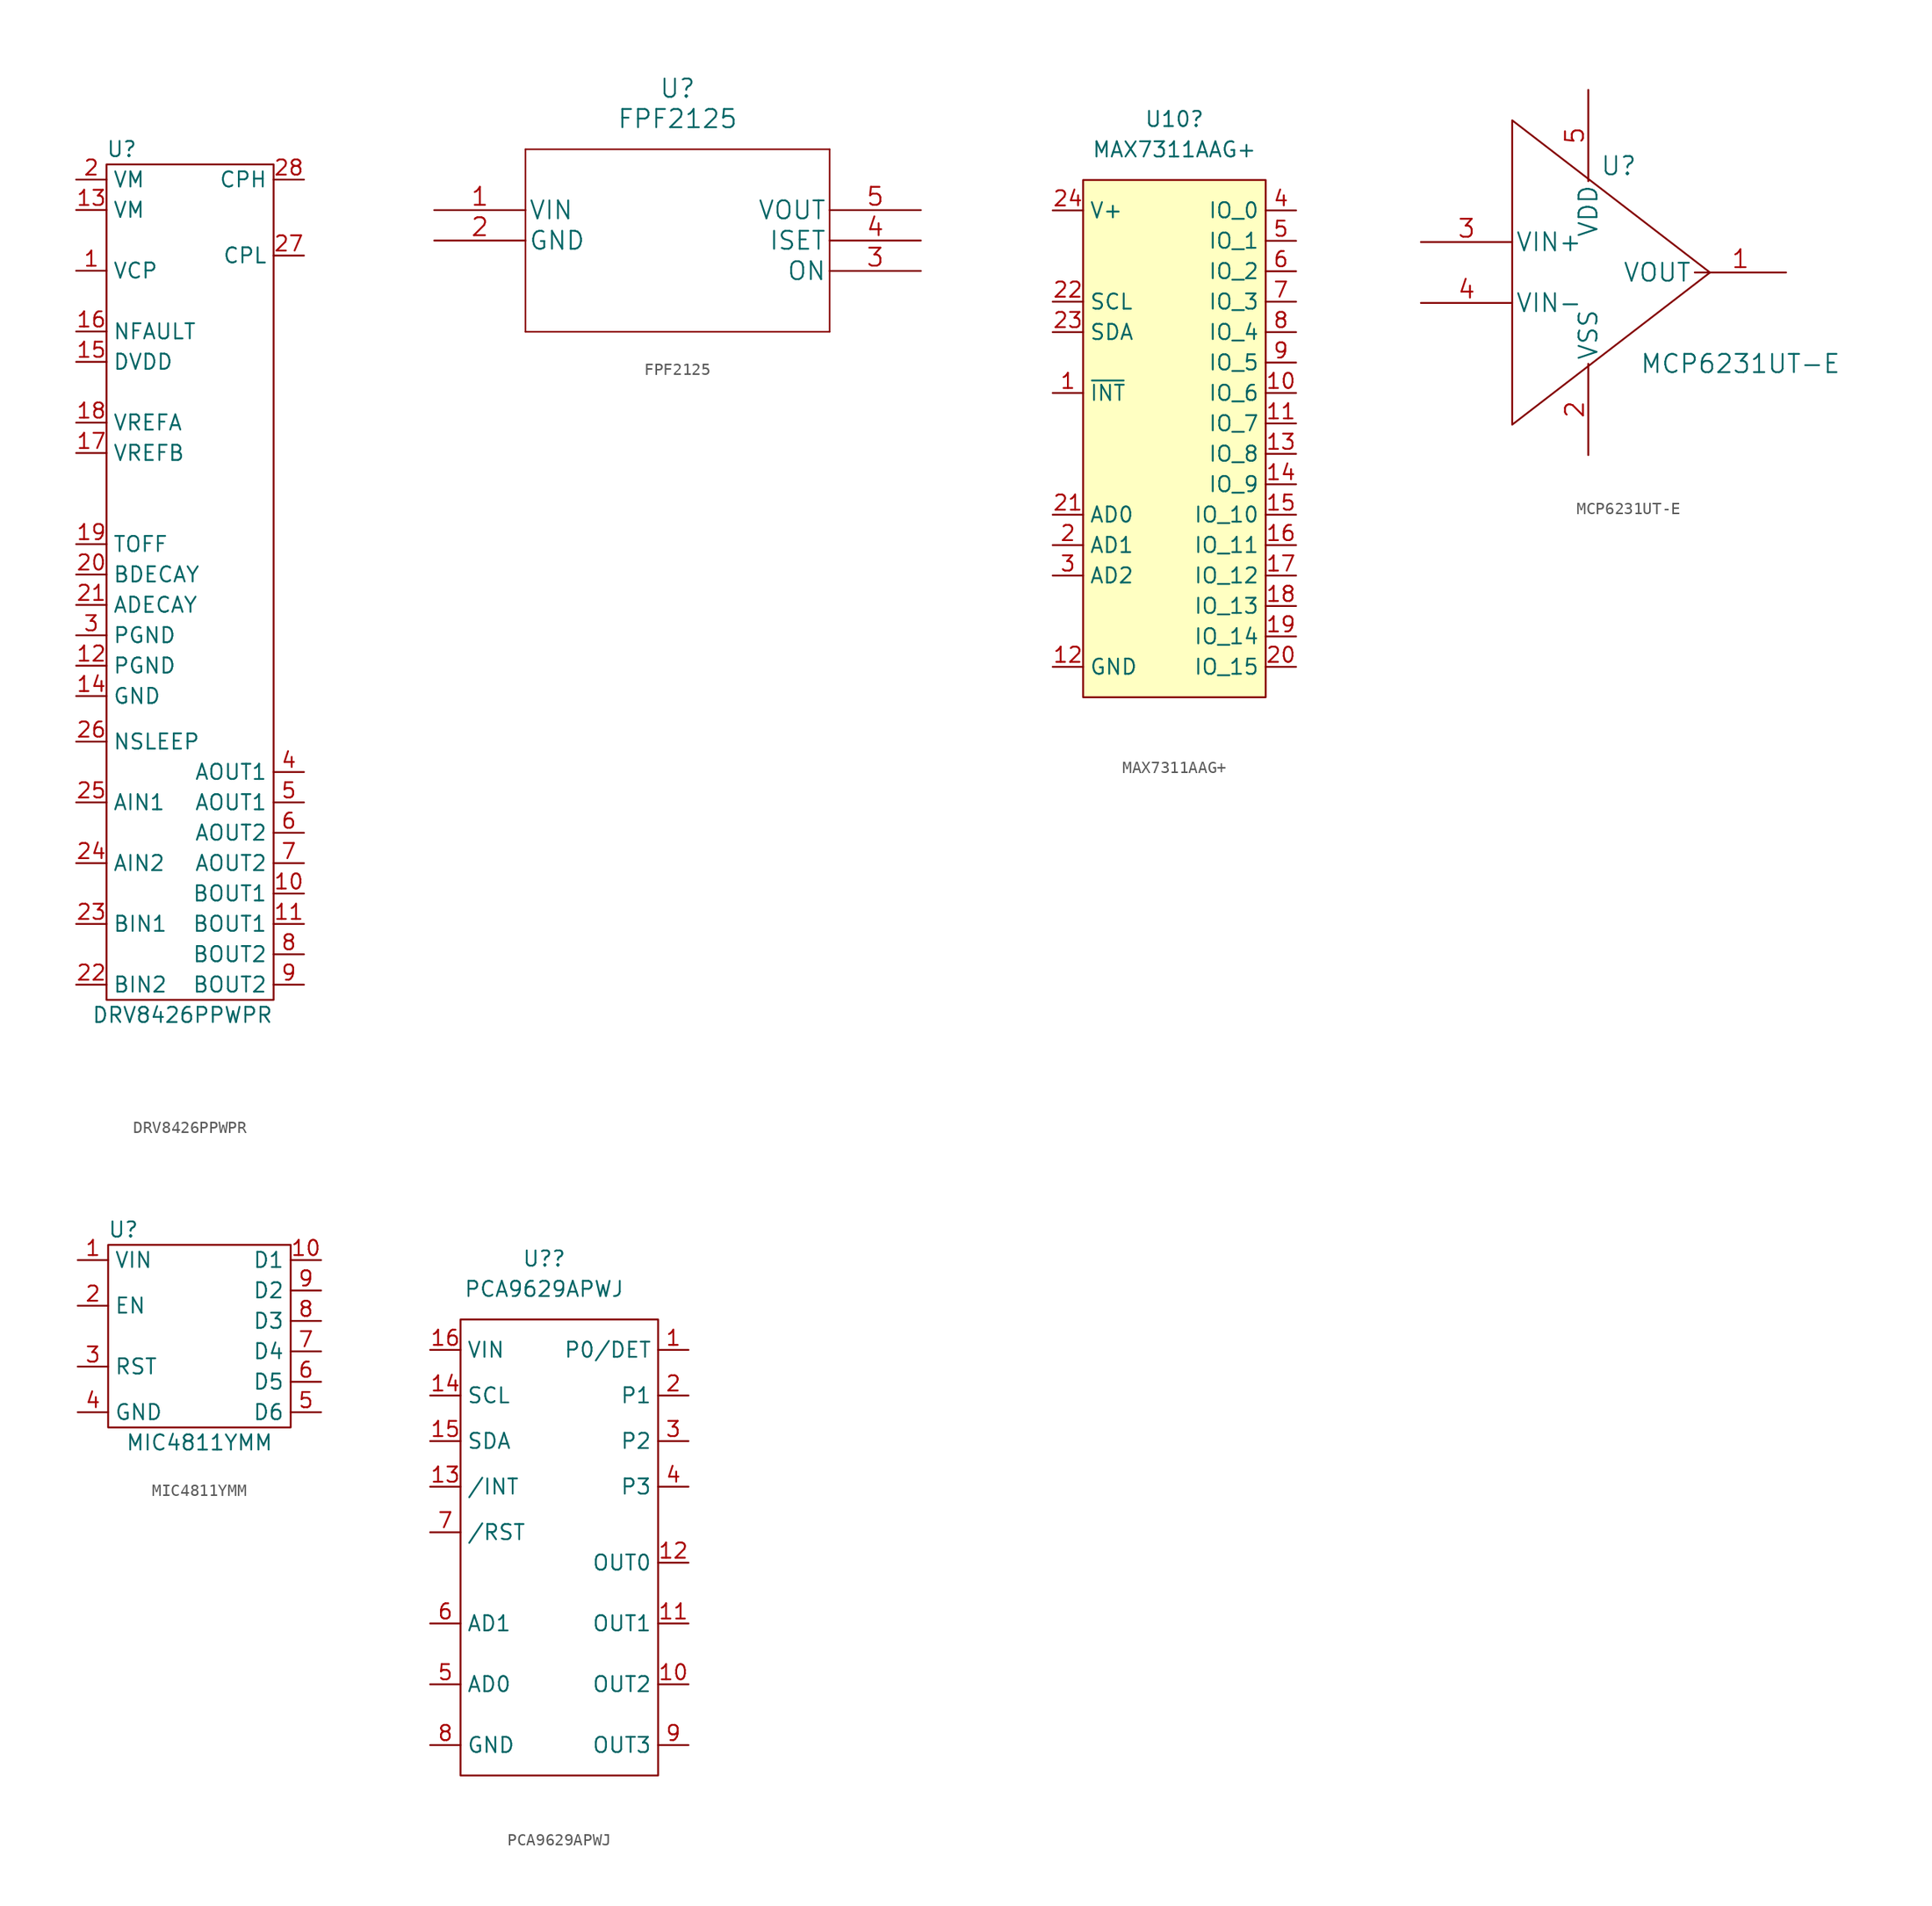
<source format=kicad_sym>
(kicad_symbol_lib
  (version 20211014)
  (generator kicad_symbol_editor)
  (symbol "DRV8426PPWPR"
    (property "Reference" "U"
      (at -5.08 13.97 0)
      (effects (font (size 1.27 1.27))))
    (property "Value" "DRV8426PPWPR"
      (at 0 -58.42 0)
      (effects (font (size 1.27 1.27))))
    (symbol "DRV8426PPWPR_0_1"
      (rectangle (start -6.35 12.7) (end 7.62 -57.15) (stroke (width 0) (type default) (color 0 0 0 0)) (fill (type none))))
    (symbol "DRV8426PPWPR_1_1"
      (pin passive line (at -8.89 3.81 0) (length 2.54) (name "VCP" (effects (font (size 1.27 1.27)))) (number "1" (effects (font (size 1.27 1.27)))))
      (pin passive line (at 10.16 -48.26 180) (length 2.54) (name "BOUT1" (effects (font (size 1.27 1.27)))) (number "10" (effects (font (size 1.27 1.27)))))
      (pin passive line (at 10.16 -50.8 180) (length 2.54) (name "BOUT1" (effects (font (size 1.27 1.27)))) (number "11" (effects (font (size 1.27 1.27)))))
      (pin passive line (at -8.89 -29.21 0) (length 2.54) (name "PGND" (effects (font (size 1.27 1.27)))) (number "12" (effects (font (size 1.27 1.27)))))
      (pin passive line (at -8.89 8.89 0) (length 2.54) (name "VM" (effects (font (size 1.27 1.27)))) (number "13" (effects (font (size 1.27 1.27)))))
      (pin passive line (at -8.89 -31.75 0) (length 2.54) (name "GND" (effects (font (size 1.27 1.27)))) (number "14" (effects (font (size 1.27 1.27)))))
      (pin passive line (at -8.89 -3.81 0) (length 2.54) (name "DVDD" (effects (font (size 1.27 1.27)))) (number "15" (effects (font (size 1.27 1.27)))))
      (pin passive line (at -8.89 -1.27 0) (length 2.54) (name "NFAULT" (effects (font (size 1.27 1.27)))) (number "16" (effects (font (size 1.27 1.27)))))
      (pin passive line (at -8.89 -11.43 0) (length 2.54) (name "VREFB" (effects (font (size 1.27 1.27)))) (number "17" (effects (font (size 1.27 1.27)))))
      (pin passive line (at -8.89 -8.89 0) (length 2.54) (name "VREFA" (effects (font (size 1.27 1.27)))) (number "18" (effects (font (size 1.27 1.27)))))
      (pin passive line (at -8.89 -19.05 0) (length 2.54) (name "TOFF" (effects (font (size 1.27 1.27)))) (number "19" (effects (font (size 1.27 1.27)))))
      (pin passive line (at -8.89 11.43 0) (length 2.54) (name "VM" (effects (font (size 1.27 1.27)))) (number "2" (effects (font (size 1.27 1.27)))))
      (pin passive line (at -8.89 -21.59 0) (length 2.54) (name "BDECAY" (effects (font (size 1.27 1.27)))) (number "20" (effects (font (size 1.27 1.27)))))
      (pin passive line (at -8.89 -24.13 0) (length 2.54) (name "ADECAY" (effects (font (size 1.27 1.27)))) (number "21" (effects (font (size 1.27 1.27)))))
      (pin passive line (at -8.89 -55.88 0) (length 2.54) (name "BIN2" (effects (font (size 1.27 1.27)))) (number "22" (effects (font (size 1.27 1.27)))))
      (pin passive line (at -8.89 -50.8 0) (length 2.54) (name "BIN1" (effects (font (size 1.27 1.27)))) (number "23" (effects (font (size 1.27 1.27)))))
      (pin passive line (at -8.89 -45.72 0) (length 2.54) (name "AIN2" (effects (font (size 1.27 1.27)))) (number "24" (effects (font (size 1.27 1.27)))))
      (pin passive line (at -8.89 -40.64 0) (length 2.54) (name "AIN1" (effects (font (size 1.27 1.27)))) (number "25" (effects (font (size 1.27 1.27)))))
      (pin passive line (at -8.89 -35.56 0) (length 2.54) (name "NSLEEP" (effects (font (size 1.27 1.27)))) (number "26" (effects (font (size 1.27 1.27)))))
      (pin passive line (at 10.16 5.08 180) (length 2.54) (name "CPL" (effects (font (size 1.27 1.27)))) (number "27" (effects (font (size 1.27 1.27)))))
      (pin passive line (at 10.16 11.43 180) (length 2.54) (name "CPH" (effects (font (size 1.27 1.27)))) (number "28" (effects (font (size 1.27 1.27)))))
      (pin passive line (at -8.89 -26.67 0) (length 2.54) (name "PGND" (effects (font (size 1.27 1.27)))) (number "3" (effects (font (size 1.27 1.27)))))
      (pin passive line (at 10.16 -38.1 180) (length 2.54) (name "AOUT1" (effects (font (size 1.27 1.27)))) (number "4" (effects (font (size 1.27 1.27)))))
      (pin passive line (at 10.16 -40.64 180) (length 2.54) (name "AOUT1" (effects (font (size 1.27 1.27)))) (number "5" (effects (font (size 1.27 1.27)))))
      (pin passive line (at 10.16 -43.18 180) (length 2.54) (name "AOUT2" (effects (font (size 1.27 1.27)))) (number "6" (effects (font (size 1.27 1.27)))))
      (pin passive line (at 10.16 -45.72 180) (length 2.54) (name "AOUT2" (effects (font (size 1.27 1.27)))) (number "7" (effects (font (size 1.27 1.27)))))
      (pin passive line (at 10.16 -53.34 180) (length 2.54) (name "BOUT2" (effects (font (size 1.27 1.27)))) (number "8" (effects (font (size 1.27 1.27)))))
      (pin passive line (at 10.16 -55.88 180) (length 2.54) (name "BOUT2" (effects (font (size 1.27 1.27)))) (number "9" (effects (font (size 1.27 1.27)))))))
  (symbol "FPF2125"
    (pin_names
      (offset 0.254))
    (property "Reference" "U"
      (at 20.32 10.16 0)
      (effects (font (size 1.524 1.524))))
    (property "Value" "FPF2125"
      (at 20.32 7.62 0)
      (effects (font (size 1.524 1.524))))
    (property "Datasheet" ""
      (at 0 0 0)
      (effects (font (size 1.524 1.524))))
    (property "ki_locked" ""
      (at 0 0 0)
      (effects (font (size 1.27 1.27))))
    (symbol "FPF2125_1_1"
      (polyline (pts (xy 7.62 -10.16) (xy 33.02 -10.16)) (stroke (width 0.127) (type default) (color 0 0 0 0)) (fill (type none)))
      (polyline (pts (xy 7.62 5.08) (xy 7.62 -10.16)) (stroke (width 0.127) (type default) (color 0 0 0 0)) (fill (type none)))
      (polyline (pts (xy 33.02 -10.16) (xy 33.02 5.08)) (stroke (width 0.127) (type default) (color 0 0 0 0)) (fill (type none)))
      (polyline (pts (xy 33.02 5.08) (xy 7.62 5.08)) (stroke (width 0.127) (type default) (color 0 0 0 0)) (fill (type none)))
      (pin unspecified line (at 0 0 0) (length 7.62) (name "VIN" (effects (font (size 1.499 1.499)))) (number "1" (effects (font (size 1.499 1.499)))))
      (pin power_in line (at 0 -2.54 0) (length 7.62) (name "GND" (effects (font (size 1.499 1.499)))) (number "2" (effects (font (size 1.499 1.499)))))
      (pin unspecified line (at 40.64 -5.08 180) (length 7.62) (name "ON" (effects (font (size 1.499 1.499)))) (number "3" (effects (font (size 1.499 1.499)))))
      (pin unspecified line (at 40.64 -2.54 180) (length 7.62) (name "ISET" (effects (font (size 1.499 1.499)))) (number "4" (effects (font (size 1.499 1.499)))))
      (pin output line (at 40.64 0 180) (length 7.62) (name "VOUT" (effects (font (size 1.499 1.499)))) (number "5" (effects (font (size 1.499 1.499)))))))
  (symbol "MAX7311AAG+"
    (property "Reference" "U10"
      (at 0 5.08 0)
      (effects (font (size 1.27 1.27))))
    (property "Value" "MAX7311AAG+"
      (at 0 2.54 0)
      (effects (font (size 1.27 1.27))))
    (symbol "MAX7311AAG+_0_0"
      (pin unspecified line (at -10.16 -17.78 0) (length 2.54) (name "~{INT}" (effects (font (size 1.27 1.27)))) (number "1" (effects (font (size 1.27 1.27)))))
      (pin unspecified line (at 10.16 -17.78 180) (length 2.54) (name "IO_6" (effects (font (size 1.27 1.27)))) (number "10" (effects (font (size 1.27 1.27)))))
      (pin unspecified line (at 10.16 -20.32 180) (length 2.54) (name "IO_7" (effects (font (size 1.27 1.27)))) (number "11" (effects (font (size 1.27 1.27)))))
      (pin unspecified line (at -10.16 -40.64 0) (length 2.54) (name "GND" (effects (font (size 1.27 1.27)))) (number "12" (effects (font (size 1.27 1.27)))))
      (pin unspecified line (at 10.16 -22.86 180) (length 2.54) (name "IO_8" (effects (font (size 1.27 1.27)))) (number "13" (effects (font (size 1.27 1.27)))))
      (pin unspecified line (at 10.16 -25.4 180) (length 2.54) (name "IO_9" (effects (font (size 1.27 1.27)))) (number "14" (effects (font (size 1.27 1.27)))))
      (pin unspecified line (at 10.16 -27.94 180) (length 2.54) (name "IO_10" (effects (font (size 1.27 1.27)))) (number "15" (effects (font (size 1.27 1.27)))))
      (pin unspecified line (at 10.16 -30.48 180) (length 2.54) (name "IO_11" (effects (font (size 1.27 1.27)))) (number "16" (effects (font (size 1.27 1.27)))))
      (pin unspecified line (at 10.16 -33.02 180) (length 2.54) (name "IO_12" (effects (font (size 1.27 1.27)))) (number "17" (effects (font (size 1.27 1.27)))))
      (pin unspecified line (at 10.16 -35.56 180) (length 2.54) (name "IO_13" (effects (font (size 1.27 1.27)))) (number "18" (effects (font (size 1.27 1.27)))))
      (pin unspecified line (at 10.16 -38.1 180) (length 2.54) (name "IO_14" (effects (font (size 1.27 1.27)))) (number "19" (effects (font (size 1.27 1.27)))))
      (pin unspecified line (at -10.16 -30.48 0) (length 2.54) (name "AD1" (effects (font (size 1.27 1.27)))) (number "2" (effects (font (size 1.27 1.27)))))
      (pin unspecified line (at 10.16 -40.64 180) (length 2.54) (name "IO_15" (effects (font (size 1.27 1.27)))) (number "20" (effects (font (size 1.27 1.27)))))
      (pin unspecified line (at -10.16 -27.94 0) (length 2.54) (name "AD0" (effects (font (size 1.27 1.27)))) (number "21" (effects (font (size 1.27 1.27)))))
      (pin unspecified line (at -10.16 -10.16 0) (length 2.54) (name "SCL" (effects (font (size 1.27 1.27)))) (number "22" (effects (font (size 1.27 1.27)))))
      (pin unspecified line (at -10.16 -12.7 0) (length 2.54) (name "SDA" (effects (font (size 1.27 1.27)))) (number "23" (effects (font (size 1.27 1.27)))))
      (pin unspecified line (at -10.16 -2.54 0) (length 2.54) (name "V+" (effects (font (size 1.27 1.27)))) (number "24" (effects (font (size 1.27 1.27)))))
      (pin unspecified line (at -10.16 -33.02 0) (length 2.54) (name "AD2" (effects (font (size 1.27 1.27)))) (number "3" (effects (font (size 1.27 1.27)))))
      (pin unspecified line (at 10.16 -2.54 180) (length 2.54) (name "IO_0" (effects (font (size 1.27 1.27)))) (number "4" (effects (font (size 1.27 1.27)))))
      (pin unspecified line (at 10.16 -5.08 180) (length 2.54) (name "IO_1" (effects (font (size 1.27 1.27)))) (number "5" (effects (font (size 1.27 1.27)))))
      (pin unspecified line (at 10.16 -7.62 180) (length 2.54) (name "IO_2" (effects (font (size 1.27 1.27)))) (number "6" (effects (font (size 1.27 1.27)))))
      (pin unspecified line (at 10.16 -10.16 180) (length 2.54) (name "IO_3" (effects (font (size 1.27 1.27)))) (number "7" (effects (font (size 1.27 1.27)))))
      (pin unspecified line (at 10.16 -12.7 180) (length 2.54) (name "IO_4" (effects (font (size 1.27 1.27)))) (number "8" (effects (font (size 1.27 1.27)))))
      (pin unspecified line (at 10.16 -15.24 180) (length 2.54) (name "IO_5" (effects (font (size 1.27 1.27)))) (number "9" (effects (font (size 1.27 1.27))))))
    (symbol "MAX7311AAG+_0_1"
      (rectangle (start -7.62 0) (end 7.62 -43.18) (stroke (width 0) (type default) (color 0 0 0 0)) (fill (type background)))))
  (symbol "MCP6231UT-E"
    (pin_names
      (offset 0.254))
    (property "Reference" "U"
      (at 5.08 8.89 0)
      (effects (font (size 1.524 1.524))))
    (property "Value" "MCP6231UT-E"
      (at 15.24 -7.62 0)
      (effects (font (size 1.524 1.524))))
    (property "Datasheet" ""
      (at 0 0 0)
      (effects (font (size 1.524 1.524))))
    (property "ki_locked" ""
      (at 0 0 0)
      (effects (font (size 1.27 1.27))))
    (symbol "MCP6231UT-E_1_1"
      (polyline (pts (xy -3.81 12.7) (xy 12.7 0) (xy -3.81 -12.7) (xy -3.81 12.7)) (stroke (width 0) (type default) (color 0 0 0 0)) (fill (type none)))
      (pin unspecified line (at 19.05 0 180) (length 7.62) (name "VOUT" (effects (font (size 1.499 1.499)))) (number "1" (effects (font (size 1.499 1.499)))))
      (pin unspecified line (at 2.54 -15.24 90) (length 7.62) (name "VSS" (effects (font (size 1.499 1.499)))) (number "2" (effects (font (size 1.499 1.499)))))
      (pin unspecified line (at -11.43 2.54 0) (length 7.62) (name "VIN+" (effects (font (size 1.499 1.499)))) (number "3" (effects (font (size 1.499 1.499)))))
      (pin unspecified line (at -11.43 -2.54 0) (length 7.62) (name "VIN-" (effects (font (size 1.499 1.499)))) (number "4" (effects (font (size 1.499 1.499)))))
      (pin unspecified line (at 2.54 15.24 270) (length 7.62) (name "VDD" (effects (font (size 1.499 1.499)))) (number "5" (effects (font (size 1.499 1.499)))))))
  (symbol "MIC4811YMM"
    (property "Reference" "U"
      (at -6.35 8.89 0)
      (effects (font (size 1.27 1.27))))
    (property "Value" "MIC4811YMM"
      (at 0 -8.89 0)
      (effects (font (size 1.27 1.27))))
    (symbol "MIC4811YMM_0_1"
      (rectangle (start -7.62 7.62) (end 7.62 -7.62) (stroke (width 0) (type default) (color 0 0 0 0)) (fill (type none))))
    (symbol "MIC4811YMM_1_1"
      (pin passive line (at -10.16 6.35 0) (length 2.54) (name "VIN" (effects (font (size 1.27 1.27)))) (number "1" (effects (font (size 1.27 1.27)))))
      (pin passive line (at 10.16 6.35 180) (length 2.54) (name "D1" (effects (font (size 1.27 1.27)))) (number "10" (effects (font (size 1.27 1.27)))))
      (pin passive line (at -10.16 2.54 0) (length 2.54) (name "EN" (effects (font (size 1.27 1.27)))) (number "2" (effects (font (size 1.27 1.27)))))
      (pin passive line (at -10.16 -2.54 0) (length 2.54) (name "RST" (effects (font (size 1.27 1.27)))) (number "3" (effects (font (size 1.27 1.27)))))
      (pin passive line (at -10.16 -6.35 0) (length 2.54) (name "GND" (effects (font (size 1.27 1.27)))) (number "4" (effects (font (size 1.27 1.27)))))
      (pin passive line (at 10.16 -6.35 180) (length 2.54) (name "D6" (effects (font (size 1.27 1.27)))) (number "5" (effects (font (size 1.27 1.27)))))
      (pin passive line (at 10.16 -3.81 180) (length 2.54) (name "D5" (effects (font (size 1.27 1.27)))) (number "6" (effects (font (size 1.27 1.27)))))
      (pin passive line (at 10.16 -1.27 180) (length 2.54) (name "D4" (effects (font (size 1.27 1.27)))) (number "7" (effects (font (size 1.27 1.27)))))
      (pin passive line (at 10.16 1.27 180) (length 2.54) (name "D3" (effects (font (size 1.27 1.27)))) (number "8" (effects (font (size 1.27 1.27)))))
      (pin passive line (at 10.16 3.81 180) (length 2.54) (name "D2" (effects (font (size 1.27 1.27)))) (number "9" (effects (font (size 1.27 1.27)))))))
  (symbol "PCA9629APWJ"
    (property "Reference" "U?"
      (at -0.635 44.45 0)
      (effects (font (size 1.27 1.27))))
    (property "Value" "PCA9629APWJ"
      (at -0.635 41.91 0)
      (effects (font (size 1.27 1.27))))
    (symbol "PCA9629APWJ_0_1"
      (rectangle (start -7.62 39.37) (end 8.89 1.27) (stroke (width 0) (type default) (color 0 0 0 0)) (fill (type none))))
    (symbol "PCA9629APWJ_1_1"
      (pin passive line (at 11.43 36.83 180) (length 2.54) (name "P0/DET" (effects (font (size 1.27 1.27)))) (number "1" (effects (font (size 1.27 1.27)))))
      (pin passive line (at 11.43 8.89 180) (length 2.54) (name "OUT2" (effects (font (size 1.27 1.27)))) (number "10" (effects (font (size 1.27 1.27)))))
      (pin passive line (at 11.43 13.97 180) (length 2.54) (name "OUT1" (effects (font (size 1.27 1.27)))) (number "11" (effects (font (size 1.27 1.27)))))
      (pin passive line (at 11.43 19.05 180) (length 2.54) (name "OUT0" (effects (font (size 1.27 1.27)))) (number "12" (effects (font (size 1.27 1.27)))))
      (pin passive line (at -10.16 25.4 0) (length 2.54) (name "/INT" (effects (font (size 1.27 1.27)))) (number "13" (effects (font (size 1.27 1.27)))))
      (pin passive line (at -10.16 33.02 0) (length 2.54) (name "SCL" (effects (font (size 1.27 1.27)))) (number "14" (effects (font (size 1.27 1.27)))))
      (pin passive line (at -10.16 29.21 0) (length 2.54) (name "SDA" (effects (font (size 1.27 1.27)))) (number "15" (effects (font (size 1.27 1.27)))))
      (pin passive line (at -10.16 36.83 0) (length 2.54) (name "VIN" (effects (font (size 1.27 1.27)))) (number "16" (effects (font (size 1.27 1.27)))))
      (pin passive line (at 11.43 33.02 180) (length 2.54) (name "P1" (effects (font (size 1.27 1.27)))) (number "2" (effects (font (size 1.27 1.27)))))
      (pin passive line (at 11.43 29.21 180) (length 2.54) (name "P2" (effects (font (size 1.27 1.27)))) (number "3" (effects (font (size 1.27 1.27)))))
      (pin passive line (at 11.43 25.4 180) (length 2.54) (name "P3" (effects (font (size 1.27 1.27)))) (number "4" (effects (font (size 1.27 1.27)))))
      (pin passive line (at -10.16 8.89 0) (length 2.54) (name "AD0" (effects (font (size 1.27 1.27)))) (number "5" (effects (font (size 1.27 1.27)))))
      (pin passive line (at -10.16 13.97 0) (length 2.54) (name "AD1" (effects (font (size 1.27 1.27)))) (number "6" (effects (font (size 1.27 1.27)))))
      (pin passive line (at -10.16 21.59 0) (length 2.54) (name "/RST" (effects (font (size 1.27 1.27)))) (number "7" (effects (font (size 1.27 1.27)))))
      (pin passive line (at -10.16 3.81 0) (length 2.54) (name "GND" (effects (font (size 1.27 1.27)))) (number "8" (effects (font (size 1.27 1.27)))))
      (pin passive line (at 11.43 3.81 180) (length 2.54) (name "OUT3" (effects (font (size 1.27 1.27)))) (number "9" (effects (font (size 1.27 1.27))))))))
</source>
